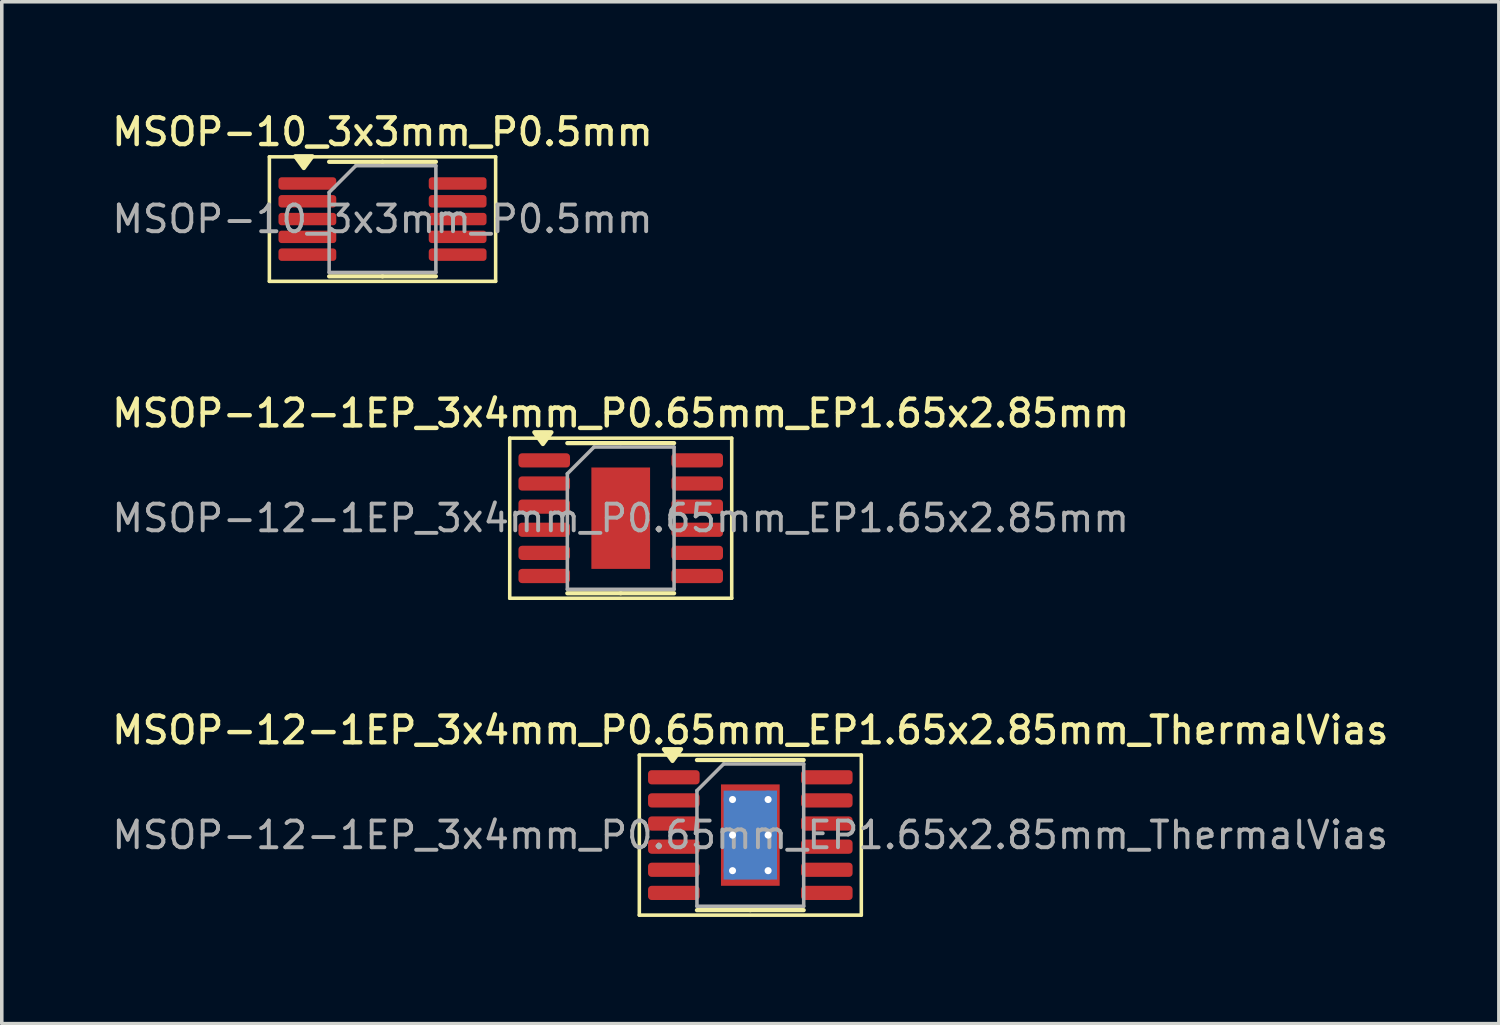
<source format=kicad_pcb>
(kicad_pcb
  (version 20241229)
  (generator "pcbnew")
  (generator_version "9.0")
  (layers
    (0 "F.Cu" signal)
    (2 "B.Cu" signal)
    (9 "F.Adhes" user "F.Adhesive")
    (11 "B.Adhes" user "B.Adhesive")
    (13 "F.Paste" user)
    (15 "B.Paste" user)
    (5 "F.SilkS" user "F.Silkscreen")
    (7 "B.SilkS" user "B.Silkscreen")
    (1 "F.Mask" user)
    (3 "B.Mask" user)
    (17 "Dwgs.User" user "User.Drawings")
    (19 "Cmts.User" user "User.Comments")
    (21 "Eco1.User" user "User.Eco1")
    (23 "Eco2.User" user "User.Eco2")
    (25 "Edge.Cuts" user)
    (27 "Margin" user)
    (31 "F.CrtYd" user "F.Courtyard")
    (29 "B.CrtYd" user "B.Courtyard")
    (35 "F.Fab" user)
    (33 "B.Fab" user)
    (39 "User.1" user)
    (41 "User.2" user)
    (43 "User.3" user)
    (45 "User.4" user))
  (footprint "MSOP-12-1EP_3x4mm_P0.65mm_EP1.65x2.85mm"
    (layer "F.Cu")
    (at 14.398 11.516)
    (property "Reference" "MSOP-12-1EP_3x4mm_P0.65mm_EP1.65x2.85mm" (at 0 -2.95 0) (layer "F.SilkS") (effects (font (size 0.75 0.75) (thickness 0.125))))
    (attr smd)
    (fp_line (start -3.12 -2.25) (end -3.12 2.25) (stroke (width 0.1) (type solid)) (layer "F.SilkS"))
    (fp_line (start -3.12 2.25) (end 3.12 2.25) (stroke (width 0.1) (type solid)) (layer "F.SilkS"))
    (fp_line (start 0 -2.11) (end -1.5 -2.11) (stroke (width 0.12) (type solid)) (layer "F.SilkS"))
    (fp_line (start 0 -2.11) (end 1.5 -2.11) (stroke (width 0.12) (type solid)) (layer "F.SilkS"))
    (fp_line (start 0 2.11) (end -1.5 2.11) (stroke (width 0.12) (type solid)) (layer "F.SilkS"))
    (fp_line (start 0 2.11) (end 1.5 2.11) (stroke (width 0.12) (type solid)) (layer "F.SilkS"))
    (fp_line (start 3.12 -2.25) (end -3.12 -2.25) (stroke (width 0.1) (type solid)) (layer "F.SilkS"))
    (fp_line (start 3.12 2.25) (end 3.12 -2.25) (stroke (width 0.1) (type solid)) (layer "F.SilkS"))
    (fp_poly (pts (xy -2.188 -2.085) (xy -2.428 -2.415) (xy -1.948 -2.415) (xy -2.188 -2.085)) (stroke (width 0.12) (type solid)) (fill yes) (layer "F.SilkS"))
    (fp_line (start -1.5 -1.25) (end -0.75 -2) (stroke (width 0.1) (type solid)) (layer "F.Fab"))
    (fp_line (start -1.5 2) (end -1.5 -1.25) (stroke (width 0.1) (type solid)) (layer "F.Fab"))
    (fp_line (start -0.75 -2) (end 1.5 -2) (stroke (width 0.1) (type solid)) (layer "F.Fab"))
    (fp_line (start 1.5 -2) (end 1.5 2) (stroke (width 0.1) (type solid)) (layer "F.Fab"))
    (fp_line (start 1.5 2) (end -1.5 2) (stroke (width 0.1) (type solid)) (layer "F.Fab"))
    (fp_text user "${REFERENCE}" (at 0 0 0) (layer "F.Fab") (effects (font (size 0.75 0.75) (thickness 0.11))))
    (pad "" smd roundrect (at -0.41 -0.71) (size 0.67 1.15) (layers "F.Paste") (roundrect_rratio 0.25))
    (pad "" smd roundrect (at -0.41 0.71) (size 0.67 1.15) (layers "F.Paste") (roundrect_rratio 0.25))
    (pad "" smd roundrect (at 0.41 -0.71) (size 0.67 1.15) (layers "F.Paste") (roundrect_rratio 0.25))
    (pad "" smd roundrect (at 0.41 0.71) (size 0.67 1.15) (layers "F.Paste") (roundrect_rratio 0.25))
    (pad "1" smd roundrect (at -2.15 -1.625) (size 1.45 0.4) (layers "F.Cu" "F.Mask" "F.Paste") (roundrect_rratio 0.25))
    (pad "2" smd roundrect (at -2.15 -0.975) (size 1.45 0.4) (layers "F.Cu" "F.Mask" "F.Paste") (roundrect_rratio 0.25))
    (pad "3" smd roundrect (at -2.15 -0.325) (size 1.45 0.4) (layers "F.Cu" "F.Mask" "F.Paste") (roundrect_rratio 0.25))
    (pad "4" smd roundrect (at -2.15 0.325) (size 1.45 0.4) (layers "F.Cu" "F.Mask" "F.Paste") (roundrect_rratio 0.25))
    (pad "5" smd roundrect (at -2.15 0.975) (size 1.45 0.4) (layers "F.Cu" "F.Mask" "F.Paste") (roundrect_rratio 0.25))
    (pad "6" smd roundrect (at -2.15 1.625) (size 1.45 0.4) (layers "F.Cu" "F.Mask" "F.Paste") (roundrect_rratio 0.25))
    (pad "7" smd roundrect (at 2.15 1.625) (size 1.45 0.4) (layers "F.Cu" "F.Mask" "F.Paste") (roundrect_rratio 0.25))
    (pad "8" smd roundrect (at 2.15 0.975) (size 1.45 0.4) (layers "F.Cu" "F.Mask" "F.Paste") (roundrect_rratio 0.25))
    (pad "9" smd roundrect (at 2.15 0.325) (size 1.45 0.4) (layers "F.Cu" "F.Mask" "F.Paste") (roundrect_rratio 0.25))
    (pad "10" smd roundrect (at 2.15 -0.325) (size 1.45 0.4) (layers "F.Cu" "F.Mask" "F.Paste") (roundrect_rratio 0.25))
    (pad "11" smd roundrect (at 2.15 -0.975) (size 1.45 0.4) (layers "F.Cu" "F.Mask" "F.Paste") (roundrect_rratio 0.25))
    (pad "12" smd roundrect (at 2.15 -1.625) (size 1.45 0.4) (layers "F.Cu" "F.Mask" "F.Paste") (roundrect_rratio 0.25))
    (pad "13" smd rect (at 0 0) (size 1.65 2.85) (property pad_prop_heatsink) (layers "F.Cu" "F.Mask")))
  (footprint "MSOP-12-1EP_3x4mm_P0.65mm_EP1.65x2.85mm_ThermalVias"
    (layer "F.Cu")
    (at 18.041 20.424)
    (property "Reference" "MSOP-12-1EP_3x4mm_P0.65mm_EP1.65x2.85mm_ThermalVias" (at 0 -2.95 0) (layer "F.SilkS") (effects (font (size 0.75 0.75) (thickness 0.125))))
    (attr smd)
    (fp_line (start -3.12 -2.25) (end -3.12 2.25) (stroke (width 0.1) (type solid)) (layer "F.SilkS"))
    (fp_line (start -3.12 2.25) (end 3.12 2.25) (stroke (width 0.1) (type solid)) (layer "F.SilkS"))
    (fp_line (start 0 -2.11) (end -1.5 -2.11) (stroke (width 0.12) (type solid)) (layer "F.SilkS"))
    (fp_line (start 0 -2.11) (end 1.5 -2.11) (stroke (width 0.12) (type solid)) (layer "F.SilkS"))
    (fp_line (start 0 2.11) (end -1.5 2.11) (stroke (width 0.12) (type solid)) (layer "F.SilkS"))
    (fp_line (start 0 2.11) (end 1.5 2.11) (stroke (width 0.12) (type solid)) (layer "F.SilkS"))
    (fp_line (start 3.12 -2.25) (end -3.12 -2.25) (stroke (width 0.1) (type solid)) (layer "F.SilkS"))
    (fp_line (start 3.12 2.25) (end 3.12 -2.25) (stroke (width 0.1) (type solid)) (layer "F.SilkS"))
    (fp_poly (pts (xy -2.188 -2.085) (xy -2.428 -2.415) (xy -1.948 -2.415) (xy -2.188 -2.085)) (stroke (width 0.12) (type solid)) (fill yes) (layer "F.SilkS"))
    (fp_line (start -1.5 -1.25) (end -0.75 -2) (stroke (width 0.1) (type solid)) (layer "F.Fab"))
    (fp_line (start -1.5 2) (end -1.5 -1.25) (stroke (width 0.1) (type solid)) (layer "F.Fab"))
    (fp_line (start -0.75 -2) (end 1.5 -2) (stroke (width 0.1) (type solid)) (layer "F.Fab"))
    (fp_line (start 1.5 -2) (end 1.5 2) (stroke (width 0.1) (type solid)) (layer "F.Fab"))
    (fp_line (start 1.5 2) (end -1.5 2) (stroke (width 0.1) (type solid)) (layer "F.Fab"))
    (fp_text user "${REFERENCE}" (at 0 0 0) (layer "F.Fab") (effects (font (size 0.75 0.75) (thickness 0.11))))
    (pad "" smd roundrect (at -0.41 -0.71) (size 0.69 1.19) (layers "F.Paste") (roundrect_rratio 0.25))
    (pad "" smd roundrect (at -0.41 0.71) (size 0.69 1.19) (layers "F.Paste") (roundrect_rratio 0.25))
    (pad "" smd roundrect (at 0.41 -0.71) (size 0.69 1.19) (layers "F.Paste") (roundrect_rratio 0.25))
    (pad "" smd roundrect (at 0.41 0.71) (size 0.69 1.19) (layers "F.Paste") (roundrect_rratio 0.25))
    (pad "1" smd roundrect (at -2.15 -1.625) (size 1.45 0.4) (layers "F.Cu" "F.Mask" "F.Paste") (roundrect_rratio 0.25))
    (pad "2" smd roundrect (at -2.15 -0.975) (size 1.45 0.4) (layers "F.Cu" "F.Mask" "F.Paste") (roundrect_rratio 0.25))
    (pad "3" smd roundrect (at -2.15 -0.325) (size 1.45 0.4) (layers "F.Cu" "F.Mask" "F.Paste") (roundrect_rratio 0.25))
    (pad "4" smd roundrect (at -2.15 0.325) (size 1.45 0.4) (layers "F.Cu" "F.Mask" "F.Paste") (roundrect_rratio 0.25))
    (pad "5" smd roundrect (at -2.15 0.975) (size 1.45 0.4) (layers "F.Cu" "F.Mask" "F.Paste") (roundrect_rratio 0.25))
    (pad "6" smd roundrect (at -2.15 1.625) (size 1.45 0.4) (layers "F.Cu" "F.Mask" "F.Paste") (roundrect_rratio 0.25))
    (pad "7" smd roundrect (at 2.15 1.625) (size 1.45 0.4) (layers "F.Cu" "F.Mask" "F.Paste") (roundrect_rratio 0.25))
    (pad "8" smd roundrect (at 2.15 0.975) (size 1.45 0.4) (layers "F.Cu" "F.Mask" "F.Paste") (roundrect_rratio 0.25))
    (pad "9" smd roundrect (at 2.15 0.325) (size 1.45 0.4) (layers "F.Cu" "F.Mask" "F.Paste") (roundrect_rratio 0.25))
    (pad "10" smd roundrect (at 2.15 -0.325) (size 1.45 0.4) (layers "F.Cu" "F.Mask" "F.Paste") (roundrect_rratio 0.25))
    (pad "11" smd roundrect (at 2.15 -0.975) (size 1.45 0.4) (layers "F.Cu" "F.Mask" "F.Paste") (roundrect_rratio 0.25))
    (pad "12" smd roundrect (at 2.15 -1.625) (size 1.45 0.4) (layers "F.Cu" "F.Mask" "F.Paste") (roundrect_rratio 0.25))
    (pad "13" thru_hole circle (at -0.5 -1) (size 0.5 0.5) (drill 0.2) (property pad_prop_heatsink) (layers "*.Cu"))
    (pad "13" thru_hole circle (at -0.5 0) (size 0.5 0.5) (drill 0.2) (property pad_prop_heatsink) (layers "*.Cu"))
    (pad "13" thru_hole circle (at -0.5 1) (size 0.5 0.5) (drill 0.2) (property pad_prop_heatsink) (layers "*.Cu"))
    (pad "13" smd rect (at 0 0) (size 1.5 2.5) (property pad_prop_heatsink) (layers "B.Cu"))
    (pad "13" smd rect (at 0 0) (size 1.65 2.85) (property pad_prop_heatsink) (layers "F.Cu" "F.Mask"))
    (pad "13" thru_hole circle (at 0.5 -1) (size 0.5 0.5) (drill 0.2) (property pad_prop_heatsink) (layers "*.Cu"))
    (pad "13" thru_hole circle (at 0.5 0) (size 0.5 0.5) (drill 0.2) (property pad_prop_heatsink) (layers "*.Cu"))
    (pad "13" thru_hole circle (at 0.5 1) (size 0.5 0.5) (drill 0.2) (property pad_prop_heatsink) (layers "*.Cu")))
  (footprint "MSOP-10_3x3mm_P0.5mm"
    (layer "F.Cu")
    (at 7.702 3.108)
    (property "Reference" "MSOP-10_3x3mm_P0.5mm" (at 0 -2.45 0) (layer "F.SilkS") (effects (font (size 0.75 0.75) (thickness 0.125))))
    (attr smd)
    (fp_line (start -3.18 -1.75) (end -3.18 1.75) (stroke (width 0.1) (type solid)) (layer "F.SilkS"))
    (fp_line (start -3.18 1.75) (end 3.18 1.75) (stroke (width 0.1) (type solid)) (layer "F.SilkS"))
    (fp_line (start 0 -1.61) (end -1.5 -1.61) (stroke (width 0.12) (type solid)) (layer "F.SilkS"))
    (fp_line (start 0 -1.61) (end 1.5 -1.61) (stroke (width 0.12) (type solid)) (layer "F.SilkS"))
    (fp_line (start 0 1.61) (end -1.5 1.61) (stroke (width 0.12) (type solid)) (layer "F.SilkS"))
    (fp_line (start 0 1.61) (end 1.5 1.61) (stroke (width 0.12) (type solid)) (layer "F.SilkS"))
    (fp_line (start 3.18 -1.75) (end -3.18 -1.75) (stroke (width 0.1) (type solid)) (layer "F.SilkS"))
    (fp_line (start 3.18 1.75) (end 3.18 -1.75) (stroke (width 0.1) (type solid)) (layer "F.SilkS"))
    (fp_poly (pts (xy -2.212 -1.435) (xy -2.453 -1.765) (xy -1.972 -1.765) (xy -2.212 -1.435)) (stroke (width 0.12) (type solid)) (fill yes) (layer "F.SilkS"))
    (fp_line (start -1.5 -0.75) (end -0.75 -1.5) (stroke (width 0.1) (type solid)) (layer "F.Fab"))
    (fp_line (start -1.5 1.5) (end -1.5 -0.75) (stroke (width 0.1) (type solid)) (layer "F.Fab"))
    (fp_line (start -0.75 -1.5) (end 1.5 -1.5) (stroke (width 0.1) (type solid)) (layer "F.Fab"))
    (fp_line (start 1.5 -1.5) (end 1.5 1.5) (stroke (width 0.1) (type solid)) (layer "F.Fab"))
    (fp_line (start 1.5 1.5) (end -1.5 1.5) (stroke (width 0.1) (type solid)) (layer "F.Fab"))
    (fp_text user "${REFERENCE}" (at 0 0 0) (layer "F.Fab") (effects (font (size 0.75 0.75) (thickness 0.11))))
    (pad "1" smd roundrect (at -2.112 -1) (size 1.625 0.35) (layers "F.Cu" "F.Mask" "F.Paste") (roundrect_rratio 0.25))
    (pad "2" smd roundrect (at -2.112 -0.5) (size 1.625 0.35) (layers "F.Cu" "F.Mask" "F.Paste") (roundrect_rratio 0.25))
    (pad "3" smd roundrect (at -2.112 0) (size 1.625 0.35) (layers "F.Cu" "F.Mask" "F.Paste") (roundrect_rratio 0.25))
    (pad "4" smd roundrect (at -2.112 0.5) (size 1.625 0.35) (layers "F.Cu" "F.Mask" "F.Paste") (roundrect_rratio 0.25))
    (pad "5" smd roundrect (at -2.112 1) (size 1.625 0.35) (layers "F.Cu" "F.Mask" "F.Paste") (roundrect_rratio 0.25))
    (pad "6" smd roundrect (at 2.112 1) (size 1.625 0.35) (layers "F.Cu" "F.Mask" "F.Paste") (roundrect_rratio 0.25))
    (pad "7" smd roundrect (at 2.112 0.5) (size 1.625 0.35) (layers "F.Cu" "F.Mask" "F.Paste") (roundrect_rratio 0.25))
    (pad "8" smd roundrect (at 2.112 0) (size 1.625 0.35) (layers "F.Cu" "F.Mask" "F.Paste") (roundrect_rratio 0.25))
    (pad "9" smd roundrect (at 2.112 -0.5) (size 1.625 0.35) (layers "F.Cu" "F.Mask" "F.Paste") (roundrect_rratio 0.25))
    (pad "10" smd roundrect (at 2.112 -1) (size 1.625 0.35) (layers "F.Cu" "F.Mask" "F.Paste") (roundrect_rratio 0.25)))
  (gr_rect
    (start -3 -3)
    (end 39.082 25.724)
    (stroke (width 0.1) (type default))
    (fill no)
    (layer "Edge.Cuts")))
</source>
